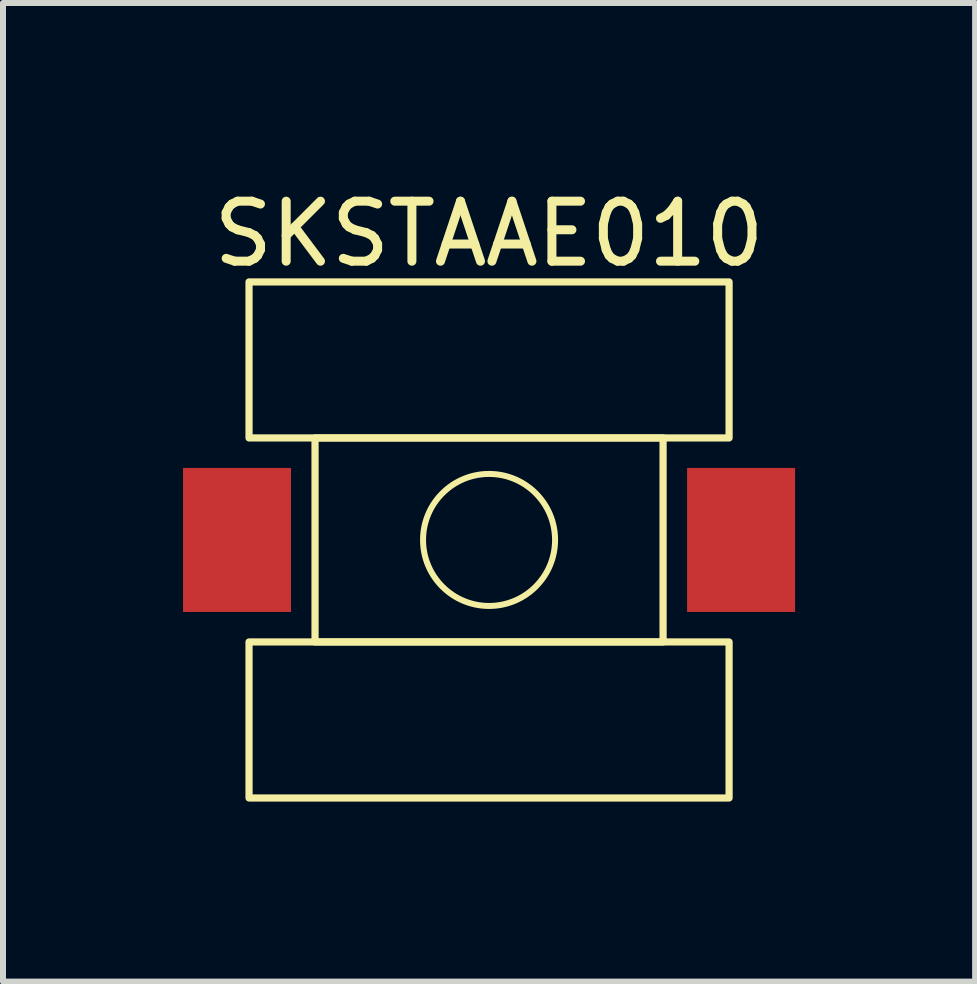
<source format=kicad_pcb>
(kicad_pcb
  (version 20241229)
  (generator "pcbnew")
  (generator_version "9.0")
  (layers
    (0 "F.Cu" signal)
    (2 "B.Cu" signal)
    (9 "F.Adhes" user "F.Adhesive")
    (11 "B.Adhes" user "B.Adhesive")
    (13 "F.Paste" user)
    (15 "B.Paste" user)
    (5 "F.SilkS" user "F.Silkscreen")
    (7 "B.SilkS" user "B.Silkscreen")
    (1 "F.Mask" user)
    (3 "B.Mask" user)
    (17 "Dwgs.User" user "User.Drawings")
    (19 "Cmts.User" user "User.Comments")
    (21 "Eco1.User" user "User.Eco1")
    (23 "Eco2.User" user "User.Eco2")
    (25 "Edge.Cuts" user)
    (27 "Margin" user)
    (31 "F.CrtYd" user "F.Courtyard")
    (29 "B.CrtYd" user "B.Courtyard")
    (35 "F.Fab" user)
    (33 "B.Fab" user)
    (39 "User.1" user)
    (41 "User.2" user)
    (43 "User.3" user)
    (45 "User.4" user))
  (footprint "SKSTAAE010"
    (layer "F.Cu")
    (at 5.1 5.948)
    (property "Reference" "SKSTAAE010" (at 0 -5.1 0) (layer "F.SilkS") (effects (font (size 1 1) (thickness 0.15))))
    (attr smd)
    (fp_rect (start -4 -4.3) (end 4 -1.7) (stroke (width 0.12) (type solid)) (fill no) (layer "F.SilkS"))
    (fp_rect (start -4 1.7) (end 4 4.3) (stroke (width 0.12) (type solid)) (fill no) (layer "F.SilkS"))
    (fp_rect (start -2.9 -1.7) (end 2.9 1.7) (stroke (width 0.12) (type solid)) (fill no) (layer "F.SilkS"))
    (fp_circle (center 0 0) (end 1.1 0) (stroke (width 0.1) (type solid)) (fill no) (layer "F.SilkS"))
    (pad "1" smd rect (at -4.2 0 180) (size 1.8 2.4) (layers "F.Cu" "F.Mask" "F.Paste"))
    (pad "2" smd rect (at 4.2 0 180) (size 1.8 2.4) (layers "F.Cu" "F.Mask" "F.Paste")))
  (gr_rect
    (start -3 -3)
    (end 13.2 13.308)
    (stroke (width 0.1) (type default))
    (fill no)
    (layer "Edge.Cuts")))
</source>
